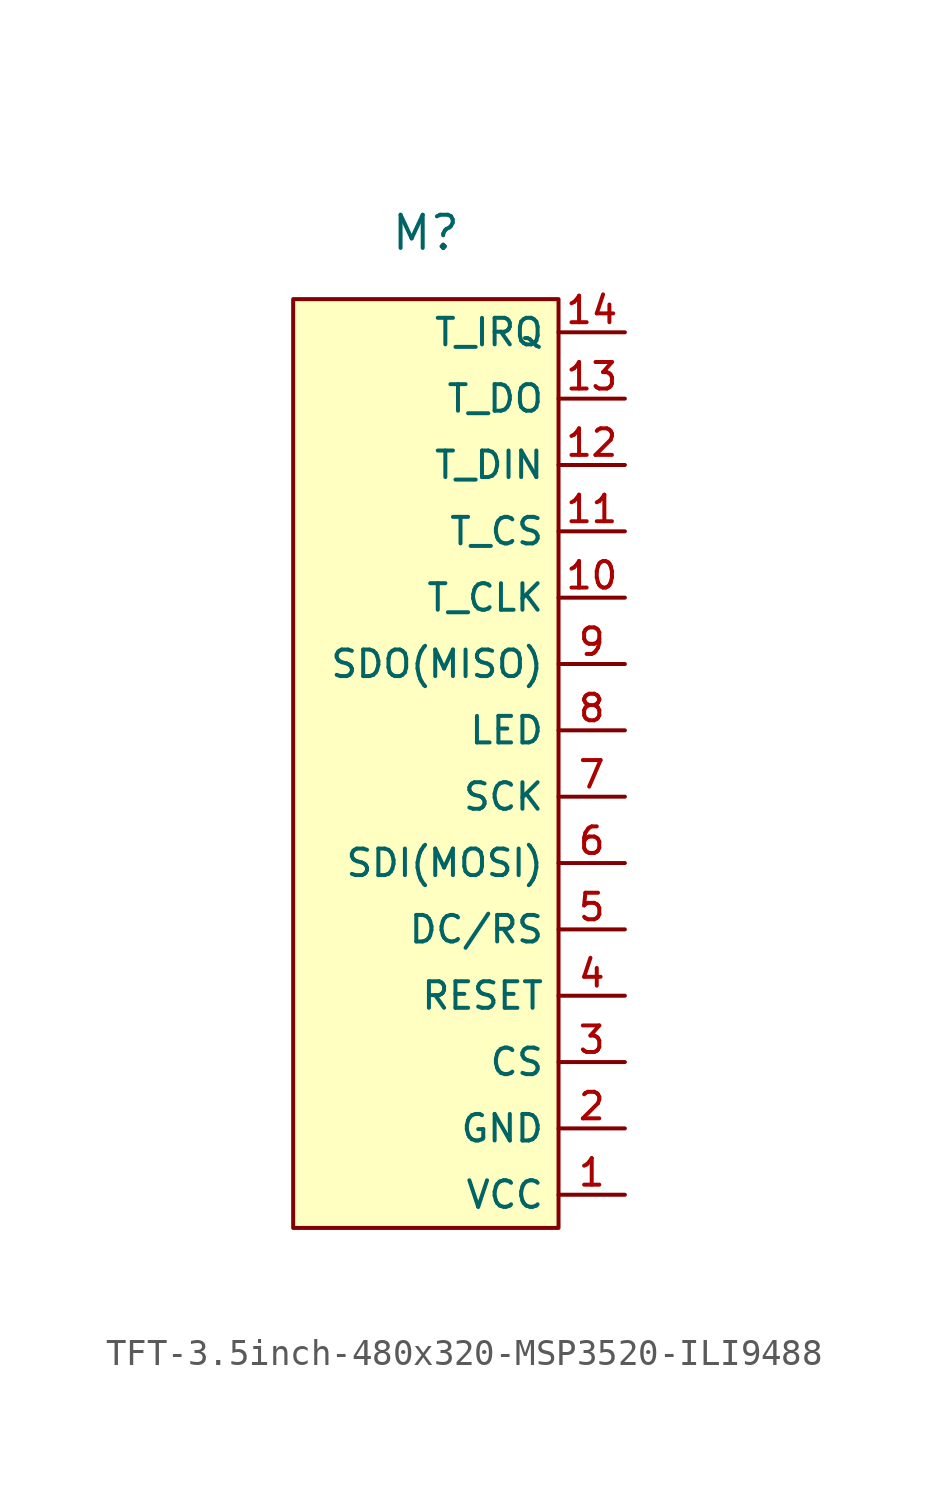
<source format=kicad_sym>
(kicad_symbol_lib
  (version 20220914)
  (generator kicad_symbol_editor)
  (symbol "TFT-3.5inch-480x320-MSP3520-ILI9488"
    (property "Reference" "M"
      (at -5.08 36.83 0)
      (effects (font (size 1.27 1.27))))
    (property "Value" ""
      (at 0 0 0)
      (effects (font (size 1.27 1.27))))
    (symbol "TFT-3.5inch-480x320-MSP3520-ILI9488_0_1"
      (rectangle (start -10.16 34.29) (end 0 -1.27) (stroke (width 0) (type solid)) (fill (type background))))
    (symbol "TFT-3.5inch-480x320-MSP3520-ILI9488_1_1"
      (pin power_in line (at 2.54 0 180) (length 2.54) (name "VCC" (effects (font (size 1.016 1.016)))) (number "1" (effects (font (size 1.016 1.016)))))
      (pin input line (at 2.54 22.86 180) (length 2.54) (name "T_CLK" (effects (font (size 1.016 1.016)))) (number "10" (effects (font (size 1.016 1.016)))))
      (pin input line (at 2.54 25.4 180) (length 2.54) (name "T_CS" (effects (font (size 1.016 1.016)))) (number "11" (effects (font (size 1.016 1.016)))))
      (pin input line (at 2.54 27.94 180) (length 2.54) (name "T_DIN" (effects (font (size 1.016 1.016)))) (number "12" (effects (font (size 1.016 1.016)))))
      (pin output line (at 2.54 30.48 180) (length 2.54) (name "T_DO" (effects (font (size 1.016 1.016)))) (number "13" (effects (font (size 1.016 1.016)))))
      (pin output line (at 2.54 33.02 180) (length 2.54) (name "T_IRQ" (effects (font (size 1.016 1.016)))) (number "14" (effects (font (size 1.016 1.016)))))
      (pin power_in line (at 2.54 2.54 180) (length 2.54) (name "GND" (effects (font (size 1.016 1.016)))) (number "2" (effects (font (size 1.016 1.016)))))
      (pin input line (at 2.54 5.08 180) (length 2.54) (name "CS" (effects (font (size 1.016 1.016)))) (number "3" (effects (font (size 1.016 1.016)))))
      (pin input line (at 2.54 7.62 180) (length 2.54) (name "RESET" (effects (font (size 1.016 1.016)))) (number "4" (effects (font (size 1.016 1.016)))))
      (pin input line (at 2.54 10.16 180) (length 2.54) (name "DC/RS" (effects (font (size 1.016 1.016)))) (number "5" (effects (font (size 1.016 1.016)))))
      (pin input line (at 2.54 12.7 180) (length 2.54) (name "SDI(MOSI)" (effects (font (size 1.016 1.016)))) (number "6" (effects (font (size 1.016 1.016)))))
      (pin input line (at 2.54 15.24 180) (length 2.54) (name "SCK" (effects (font (size 1.016 1.016)))) (number "7" (effects (font (size 1.016 1.016)))))
      (pin input line (at 2.54 17.78 180) (length 2.54) (name "LED" (effects (font (size 1.016 1.016)))) (number "8" (effects (font (size 1.016 1.016)))))
      (pin output line (at 2.54 20.32 180) (length 2.54) (name "SDO(MISO)" (effects (font (size 1.016 1.016)))) (number "9" (effects (font (size 1.016 1.016))))))))
</source>
